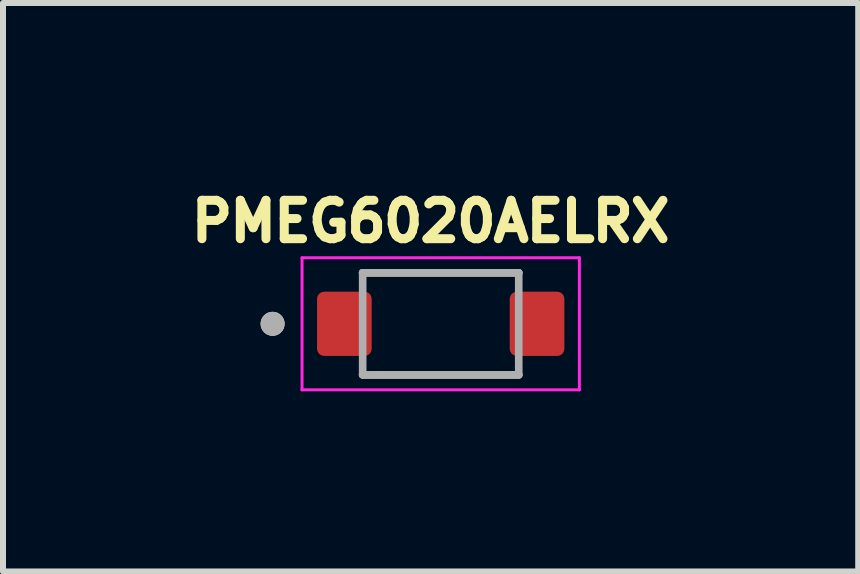
<source format=kicad_pcb>
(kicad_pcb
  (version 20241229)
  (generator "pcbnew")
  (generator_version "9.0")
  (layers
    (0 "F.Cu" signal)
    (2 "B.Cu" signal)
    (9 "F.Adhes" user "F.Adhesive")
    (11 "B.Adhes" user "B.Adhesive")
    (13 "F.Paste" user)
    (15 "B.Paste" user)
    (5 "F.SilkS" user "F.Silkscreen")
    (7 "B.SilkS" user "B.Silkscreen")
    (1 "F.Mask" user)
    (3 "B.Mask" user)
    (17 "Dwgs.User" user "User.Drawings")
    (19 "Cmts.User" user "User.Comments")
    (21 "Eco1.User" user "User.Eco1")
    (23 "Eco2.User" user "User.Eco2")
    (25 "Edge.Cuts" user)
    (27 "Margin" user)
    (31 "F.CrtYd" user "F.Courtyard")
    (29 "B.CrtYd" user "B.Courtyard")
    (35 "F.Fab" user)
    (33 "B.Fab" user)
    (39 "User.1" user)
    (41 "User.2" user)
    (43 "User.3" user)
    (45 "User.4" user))
  (footprint "PMEG6020AELRX"
    (layer "F.Cu")
    (at 4.291 2.344)
    (property "Reference" "PMEG6020AELRX" (at -0.168 -1.706 0) (layer "F.SilkS") (effects (font (size 0.64 0.64) (thickness 0.15))))
    (attr smd)
    (fp_line (start -1.3 -0.85) (end 1.3 -0.85) (stroke (width 0.127) (type solid)) (layer "F.SilkS"))
    (fp_line (start -1.3 0.85) (end 1.3 0.85) (stroke (width 0.127) (type solid)) (layer "F.SilkS"))
    (fp_circle (center -2.8 0) (end -2.7 0) (stroke (width 0.2) (type solid)) (fill no) (layer "F.SilkS"))
    (fp_line (start -2.31 -1.1) (end -2.31 1.1) (stroke (width 0.05) (type solid)) (layer "F.CrtYd"))
    (fp_line (start -2.31 1.1) (end 2.31 1.1) (stroke (width 0.05) (type solid)) (layer "F.CrtYd"))
    (fp_line (start 2.31 -1.1) (end -2.31 -1.1) (stroke (width 0.05) (type solid)) (layer "F.CrtYd"))
    (fp_line (start 2.31 1.1) (end 2.31 -1.1) (stroke (width 0.05) (type solid)) (layer "F.CrtYd"))
    (fp_line (start -1.3 -0.85) (end 1.3 -0.85) (stroke (width 0.127) (type solid)) (layer "F.Fab"))
    (fp_line (start -1.3 0.85) (end -1.3 -0.85) (stroke (width 0.127) (type solid)) (layer "F.Fab"))
    (fp_line (start 1.3 -0.85) (end 1.3 0.85) (stroke (width 0.127) (type solid)) (layer "F.Fab"))
    (fp_line (start 1.3 0.85) (end -1.3 0.85) (stroke (width 0.127) (type solid)) (layer "F.Fab"))
    (fp_circle (center -2.8 0) (end -2.7 0) (stroke (width 0.2) (type solid)) (fill no) (layer "F.Fab"))
    (pad "A" smd roundrect (at 1.605 0) (size 0.91 1.07) (layers "F.Cu" "F.Mask" "F.Paste") (roundrect_rratio 0.13))
    (pad "C" smd roundrect (at -1.605 0) (size 0.91 1.07) (layers "F.Cu" "F.Mask" "F.Paste") (roundrect_rratio 0.13)))
  (gr_rect
    (start -3 -3)
    (end 11.246 6.469)
    (stroke (width 0.1) (type default))
    (fill no)
    (layer "Edge.Cuts")))
</source>
